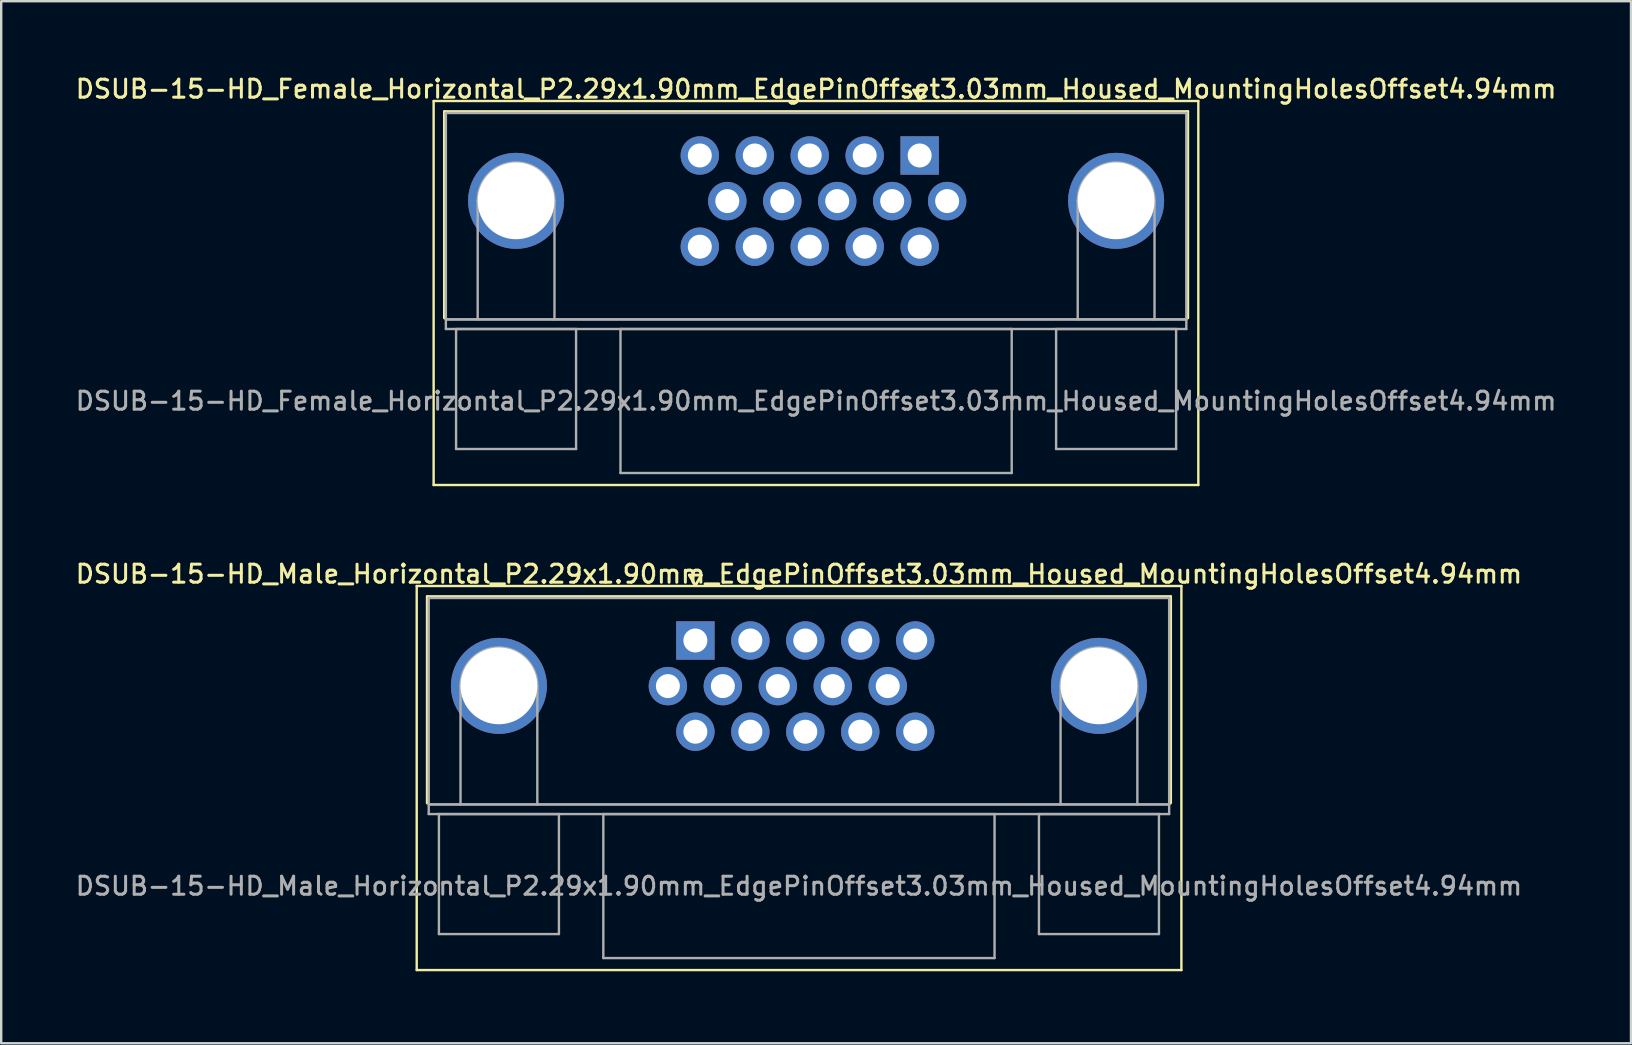
<source format=kicad_pcb>
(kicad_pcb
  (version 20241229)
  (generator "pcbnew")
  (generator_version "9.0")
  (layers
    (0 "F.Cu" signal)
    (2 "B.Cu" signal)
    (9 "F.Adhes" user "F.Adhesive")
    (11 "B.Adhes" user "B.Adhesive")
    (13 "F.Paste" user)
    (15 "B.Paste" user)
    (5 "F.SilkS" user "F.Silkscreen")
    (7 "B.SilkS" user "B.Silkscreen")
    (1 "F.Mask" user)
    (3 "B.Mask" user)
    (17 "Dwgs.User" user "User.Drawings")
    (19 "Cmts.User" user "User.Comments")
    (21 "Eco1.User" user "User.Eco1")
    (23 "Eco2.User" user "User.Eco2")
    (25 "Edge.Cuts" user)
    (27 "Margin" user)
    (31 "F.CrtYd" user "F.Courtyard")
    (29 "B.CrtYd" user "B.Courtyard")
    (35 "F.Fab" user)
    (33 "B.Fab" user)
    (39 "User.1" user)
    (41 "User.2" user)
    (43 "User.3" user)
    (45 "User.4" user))
  (footprint "DSUB-15-HD_Male_Horizontal_P2.29x1.90mm_EdgePinOffset3.03mm_Housed_MountingHolesOffset4.94mm"
    (layer "F.Cu")
    (at 25.922 23.636)
    (property "Reference" "DSUB-15-HD_Male_Horizontal_P2.29x1.90mm_EdgePinOffset3.03mm_Housed_MountingHolesOffset4.94mm" (at 4.315 -2.77 0) (layer "F.SilkS") (effects (font (size 0.75 0.75) (thickness 0.125))))
    (attr through_hole)
    (fp_line (start -11.61 -2.27) (end -11.61 13.73) (stroke (width 0.1) (type solid)) (layer "F.SilkS"))
    (fp_line (start -11.61 13.73) (end 20.25 13.73) (stroke (width 0.1) (type solid)) (layer "F.SilkS"))
    (fp_line (start -11.17 -1.83) (end 19.8 -1.83) (stroke (width 0.12) (type solid)) (layer "F.SilkS"))
    (fp_line (start -11.17 6.77) (end -11.17 -1.83) (stroke (width 0.12) (type solid)) (layer "F.SilkS"))
    (fp_line (start -0.25 -2.724) (end 0.25 -2.724) (stroke (width 0.12) (type solid)) (layer "F.SilkS"))
    (fp_line (start 0 -2.291) (end -0.25 -2.724) (stroke (width 0.12) (type solid)) (layer "F.SilkS"))
    (fp_line (start 0.25 -2.724) (end 0 -2.291) (stroke (width 0.12) (type solid)) (layer "F.SilkS"))
    (fp_line (start 19.8 -1.83) (end 19.8 6.77) (stroke (width 0.12) (type solid)) (layer "F.SilkS"))
    (fp_line (start 20.25 -2.27) (end -11.61 -2.27) (stroke (width 0.1) (type solid)) (layer "F.SilkS"))
    (fp_line (start 20.25 13.73) (end 20.25 -2.27) (stroke (width 0.1) (type solid)) (layer "F.SilkS"))
    (fp_line (start -11.11 -1.77) (end -11.11 6.83) (stroke (width 0.1) (type solid)) (layer "F.Fab"))
    (fp_line (start -11.11 6.83) (end -11.11 7.23) (stroke (width 0.1) (type solid)) (layer "F.Fab"))
    (fp_line (start -11.11 6.83) (end 19.74 6.83) (stroke (width 0.1) (type solid)) (layer "F.Fab"))
    (fp_line (start -11.11 7.23) (end 19.74 7.23) (stroke (width 0.1) (type solid)) (layer "F.Fab"))
    (fp_line (start -10.685 7.23) (end -10.685 12.23) (stroke (width 0.1) (type solid)) (layer "F.Fab"))
    (fp_line (start -10.685 12.23) (end -5.685 12.23) (stroke (width 0.1) (type solid)) (layer "F.Fab"))
    (fp_line (start -9.785 6.83) (end -9.785 1.89) (stroke (width 0.1) (type solid)) (layer "F.Fab"))
    (fp_line (start -6.585 6.83) (end -6.585 1.89) (stroke (width 0.1) (type solid)) (layer "F.Fab"))
    (fp_line (start -5.685 7.23) (end -10.685 7.23) (stroke (width 0.1) (type solid)) (layer "F.Fab"))
    (fp_line (start -5.685 12.23) (end -5.685 7.23) (stroke (width 0.1) (type solid)) (layer "F.Fab"))
    (fp_line (start -3.835 7.23) (end -3.835 13.23) (stroke (width 0.1) (type solid)) (layer "F.Fab"))
    (fp_line (start -3.835 13.23) (end 12.465 13.23) (stroke (width 0.1) (type solid)) (layer "F.Fab"))
    (fp_line (start 12.465 7.23) (end -3.835 7.23) (stroke (width 0.1) (type solid)) (layer "F.Fab"))
    (fp_line (start 12.465 13.23) (end 12.465 7.23) (stroke (width 0.1) (type solid)) (layer "F.Fab"))
    (fp_line (start 14.315 7.23) (end 14.315 12.23) (stroke (width 0.1) (type solid)) (layer "F.Fab"))
    (fp_line (start 14.315 12.23) (end 19.315 12.23) (stroke (width 0.1) (type solid)) (layer "F.Fab"))
    (fp_line (start 15.215 6.83) (end 15.215 1.89) (stroke (width 0.1) (type solid)) (layer "F.Fab"))
    (fp_line (start 18.415 6.83) (end 18.415 1.89) (stroke (width 0.1) (type solid)) (layer "F.Fab"))
    (fp_line (start 19.315 7.23) (end 14.315 7.23) (stroke (width 0.1) (type solid)) (layer "F.Fab"))
    (fp_line (start 19.315 12.23) (end 19.315 7.23) (stroke (width 0.1) (type solid)) (layer "F.Fab"))
    (fp_line (start 19.74 -1.77) (end -11.11 -1.77) (stroke (width 0.1) (type solid)) (layer "F.Fab"))
    (fp_line (start 19.74 6.83) (end -11.11 6.83) (stroke (width 0.1) (type solid)) (layer "F.Fab"))
    (fp_line (start 19.74 6.83) (end 19.74 -1.77) (stroke (width 0.1) (type solid)) (layer "F.Fab"))
    (fp_line (start 19.74 7.23) (end 19.74 6.83) (stroke (width 0.1) (type solid)) (layer "F.Fab"))
    (fp_arc (start -9.785 1.89) (mid -8.185 0.29) (end -6.585 1.89) (stroke (width 0.1) (type solid)) (layer "F.Fab"))
    (fp_arc (start 15.215 1.89) (mid 16.815 0.29) (end 18.415 1.89) (stroke (width 0.1) (type solid)) (layer "F.Fab"))
    (fp_text user "${REFERENCE}" (at 4.315 10.23 0) (layer "F.Fab") (effects (font (size 0.75 0.75) (thickness 0.125))))
    (pad "0" thru_hole circle (at -8.185 1.89) (size 4 4) (drill 3.2) (layers "*.Cu" "*.Mask"))
    (pad "0" thru_hole circle (at 16.815 1.89) (size 4 4) (drill 3.2) (layers "*.Cu" "*.Mask"))
    (pad "1" thru_hole rect (at 0 0) (size 1.6 1.6) (drill 1) (layers "*.Cu" "*.Mask"))
    (pad "2" thru_hole circle (at 2.29 0) (size 1.6 1.6) (drill 1) (layers "*.Cu" "*.Mask"))
    (pad "3" thru_hole circle (at 4.58 0) (size 1.6 1.6) (drill 1) (layers "*.Cu" "*.Mask"))
    (pad "4" thru_hole circle (at 6.87 0) (size 1.6 1.6) (drill 1) (layers "*.Cu" "*.Mask"))
    (pad "5" thru_hole circle (at 9.16 0) (size 1.6 1.6) (drill 1) (layers "*.Cu" "*.Mask"))
    (pad "6" thru_hole circle (at -1.145 1.9) (size 1.6 1.6) (drill 1) (layers "*.Cu" "*.Mask"))
    (pad "7" thru_hole circle (at 1.145 1.9) (size 1.6 1.6) (drill 1) (layers "*.Cu" "*.Mask"))
    (pad "8" thru_hole circle (at 3.435 1.9) (size 1.6 1.6) (drill 1) (layers "*.Cu" "*.Mask"))
    (pad "9" thru_hole circle (at 5.725 1.9) (size 1.6 1.6) (drill 1) (layers "*.Cu" "*.Mask"))
    (pad "10" thru_hole circle (at 8.015 1.9) (size 1.6 1.6) (drill 1) (layers "*.Cu" "*.Mask"))
    (pad "11" thru_hole circle (at 0 3.8) (size 1.6 1.6) (drill 1) (layers "*.Cu" "*.Mask"))
    (pad "12" thru_hole circle (at 2.29 3.8) (size 1.6 1.6) (drill 1) (layers "*.Cu" "*.Mask"))
    (pad "13" thru_hole circle (at 4.58 3.8) (size 1.6 1.6) (drill 1) (layers "*.Cu" "*.Mask"))
    (pad "14" thru_hole circle (at 6.87 3.8) (size 1.6 1.6) (drill 1) (layers "*.Cu" "*.Mask"))
    (pad "15" thru_hole circle (at 9.16 3.8) (size 1.6 1.6) (drill 1) (layers "*.Cu" "*.Mask")))
  (footprint "DSUB-15-HD_Female_Horizontal_P2.29x1.90mm_EdgePinOffset3.03mm_Housed_MountingHolesOffset4.94mm"
    (layer "F.Cu")
    (at 35.267 3.428)
    (property "Reference" "DSUB-15-HD_Female_Horizontal_P2.29x1.90mm_EdgePinOffset3.03mm_Housed_MountingHolesOffset4.94mm" (at -4.315 -2.77 0) (layer "F.SilkS") (effects (font (size 0.75 0.75) (thickness 0.125))))
    (attr through_hole)
    (fp_line (start -20.25 -2.27) (end -20.25 13.73) (stroke (width 0.1) (type solid)) (layer "F.SilkS"))
    (fp_line (start -20.25 13.73) (end 11.61 13.73) (stroke (width 0.1) (type solid)) (layer "F.SilkS"))
    (fp_line (start -19.8 -1.83) (end 11.17 -1.83) (stroke (width 0.12) (type solid)) (layer "F.SilkS"))
    (fp_line (start -19.8 6.77) (end -19.8 -1.83) (stroke (width 0.12) (type solid)) (layer "F.SilkS"))
    (fp_line (start -0.25 -2.724) (end 0.25 -2.724) (stroke (width 0.12) (type solid)) (layer "F.SilkS"))
    (fp_line (start 0 -2.291) (end -0.25 -2.724) (stroke (width 0.12) (type solid)) (layer "F.SilkS"))
    (fp_line (start 0.25 -2.724) (end 0 -2.291) (stroke (width 0.12) (type solid)) (layer "F.SilkS"))
    (fp_line (start 11.17 -1.83) (end 11.17 6.77) (stroke (width 0.12) (type solid)) (layer "F.SilkS"))
    (fp_line (start 11.61 -2.27) (end -20.25 -2.27) (stroke (width 0.1) (type solid)) (layer "F.SilkS"))
    (fp_line (start 11.61 13.73) (end 11.61 -2.27) (stroke (width 0.1) (type solid)) (layer "F.SilkS"))
    (fp_line (start -19.74 -1.77) (end -19.74 6.83) (stroke (width 0.1) (type solid)) (layer "F.Fab"))
    (fp_line (start -19.74 6.83) (end -19.74 7.23) (stroke (width 0.1) (type solid)) (layer "F.Fab"))
    (fp_line (start -19.74 6.83) (end 11.11 6.83) (stroke (width 0.1) (type solid)) (layer "F.Fab"))
    (fp_line (start -19.74 7.23) (end 11.11 7.23) (stroke (width 0.1) (type solid)) (layer "F.Fab"))
    (fp_line (start -19.315 7.23) (end -19.315 12.23) (stroke (width 0.1) (type solid)) (layer "F.Fab"))
    (fp_line (start -19.315 12.23) (end -14.315 12.23) (stroke (width 0.1) (type solid)) (layer "F.Fab"))
    (fp_line (start -18.415 6.83) (end -18.415 1.89) (stroke (width 0.1) (type solid)) (layer "F.Fab"))
    (fp_line (start -15.215 6.83) (end -15.215 1.89) (stroke (width 0.1) (type solid)) (layer "F.Fab"))
    (fp_line (start -14.315 7.23) (end -19.315 7.23) (stroke (width 0.1) (type solid)) (layer "F.Fab"))
    (fp_line (start -14.315 12.23) (end -14.315 7.23) (stroke (width 0.1) (type solid)) (layer "F.Fab"))
    (fp_line (start -12.465 7.23) (end -12.465 13.23) (stroke (width 0.1) (type solid)) (layer "F.Fab"))
    (fp_line (start -12.465 13.23) (end 3.835 13.23) (stroke (width 0.1) (type solid)) (layer "F.Fab"))
    (fp_line (start 3.835 7.23) (end -12.465 7.23) (stroke (width 0.1) (type solid)) (layer "F.Fab"))
    (fp_line (start 3.835 13.23) (end 3.835 7.23) (stroke (width 0.1) (type solid)) (layer "F.Fab"))
    (fp_line (start 5.685 7.23) (end 5.685 12.23) (stroke (width 0.1) (type solid)) (layer "F.Fab"))
    (fp_line (start 5.685 12.23) (end 10.685 12.23) (stroke (width 0.1) (type solid)) (layer "F.Fab"))
    (fp_line (start 6.585 6.83) (end 6.585 1.89) (stroke (width 0.1) (type solid)) (layer "F.Fab"))
    (fp_line (start 9.785 6.83) (end 9.785 1.89) (stroke (width 0.1) (type solid)) (layer "F.Fab"))
    (fp_line (start 10.685 7.23) (end 5.685 7.23) (stroke (width 0.1) (type solid)) (layer "F.Fab"))
    (fp_line (start 10.685 12.23) (end 10.685 7.23) (stroke (width 0.1) (type solid)) (layer "F.Fab"))
    (fp_line (start 11.11 -1.77) (end -19.74 -1.77) (stroke (width 0.1) (type solid)) (layer "F.Fab"))
    (fp_line (start 11.11 6.83) (end -19.74 6.83) (stroke (width 0.1) (type solid)) (layer "F.Fab"))
    (fp_line (start 11.11 6.83) (end 11.11 -1.77) (stroke (width 0.1) (type solid)) (layer "F.Fab"))
    (fp_line (start 11.11 7.23) (end 11.11 6.83) (stroke (width 0.1) (type solid)) (layer "F.Fab"))
    (fp_arc (start -18.415 1.89) (mid -16.815 0.29) (end -15.215 1.89) (stroke (width 0.1) (type solid)) (layer "F.Fab"))
    (fp_arc (start 6.585 1.89) (mid 8.185 0.29) (end 9.785 1.89) (stroke (width 0.1) (type solid)) (layer "F.Fab"))
    (fp_text user "${REFERENCE}" (at -4.315 10.23 0) (layer "F.Fab") (effects (font (size 0.75 0.75) (thickness 0.125))))
    (pad "0" thru_hole circle (at -16.815 1.89) (size 4 4) (drill 3.2) (layers "*.Cu" "*.Mask"))
    (pad "0" thru_hole circle (at 8.185 1.89) (size 4 4) (drill 3.2) (layers "*.Cu" "*.Mask"))
    (pad "1" thru_hole rect (at 0 0) (size 1.6 1.6) (drill 1) (layers "*.Cu" "*.Mask"))
    (pad "2" thru_hole circle (at -2.29 0) (size 1.6 1.6) (drill 1) (layers "*.Cu" "*.Mask"))
    (pad "3" thru_hole circle (at -4.58 0) (size 1.6 1.6) (drill 1) (layers "*.Cu" "*.Mask"))
    (pad "4" thru_hole circle (at -6.87 0) (size 1.6 1.6) (drill 1) (layers "*.Cu" "*.Mask"))
    (pad "5" thru_hole circle (at -9.16 0) (size 1.6 1.6) (drill 1) (layers "*.Cu" "*.Mask"))
    (pad "6" thru_hole circle (at 1.145 1.9) (size 1.6 1.6) (drill 1) (layers "*.Cu" "*.Mask"))
    (pad "7" thru_hole circle (at -1.145 1.9) (size 1.6 1.6) (drill 1) (layers "*.Cu" "*.Mask"))
    (pad "8" thru_hole circle (at -3.435 1.9) (size 1.6 1.6) (drill 1) (layers "*.Cu" "*.Mask"))
    (pad "9" thru_hole circle (at -5.725 1.9) (size 1.6 1.6) (drill 1) (layers "*.Cu" "*.Mask"))
    (pad "10" thru_hole circle (at -8.015 1.9) (size 1.6 1.6) (drill 1) (layers "*.Cu" "*.Mask"))
    (pad "11" thru_hole circle (at 0 3.8) (size 1.6 1.6) (drill 1) (layers "*.Cu" "*.Mask"))
    (pad "12" thru_hole circle (at -2.29 3.8) (size 1.6 1.6) (drill 1) (layers "*.Cu" "*.Mask"))
    (pad "13" thru_hole circle (at -4.58 3.8) (size 1.6 1.6) (drill 1) (layers "*.Cu" "*.Mask"))
    (pad "14" thru_hole circle (at -6.87 3.8) (size 1.6 1.6) (drill 1) (layers "*.Cu" "*.Mask"))
    (pad "15" thru_hole circle (at -9.16 3.8) (size 1.6 1.6) (drill 1) (layers "*.Cu" "*.Mask")))
  (gr_rect
    (start -3 -3)
    (end 64.904 40.416)
    (stroke (width 0.1) (type default))
    (fill no)
    (layer "Edge.Cuts")))
</source>
